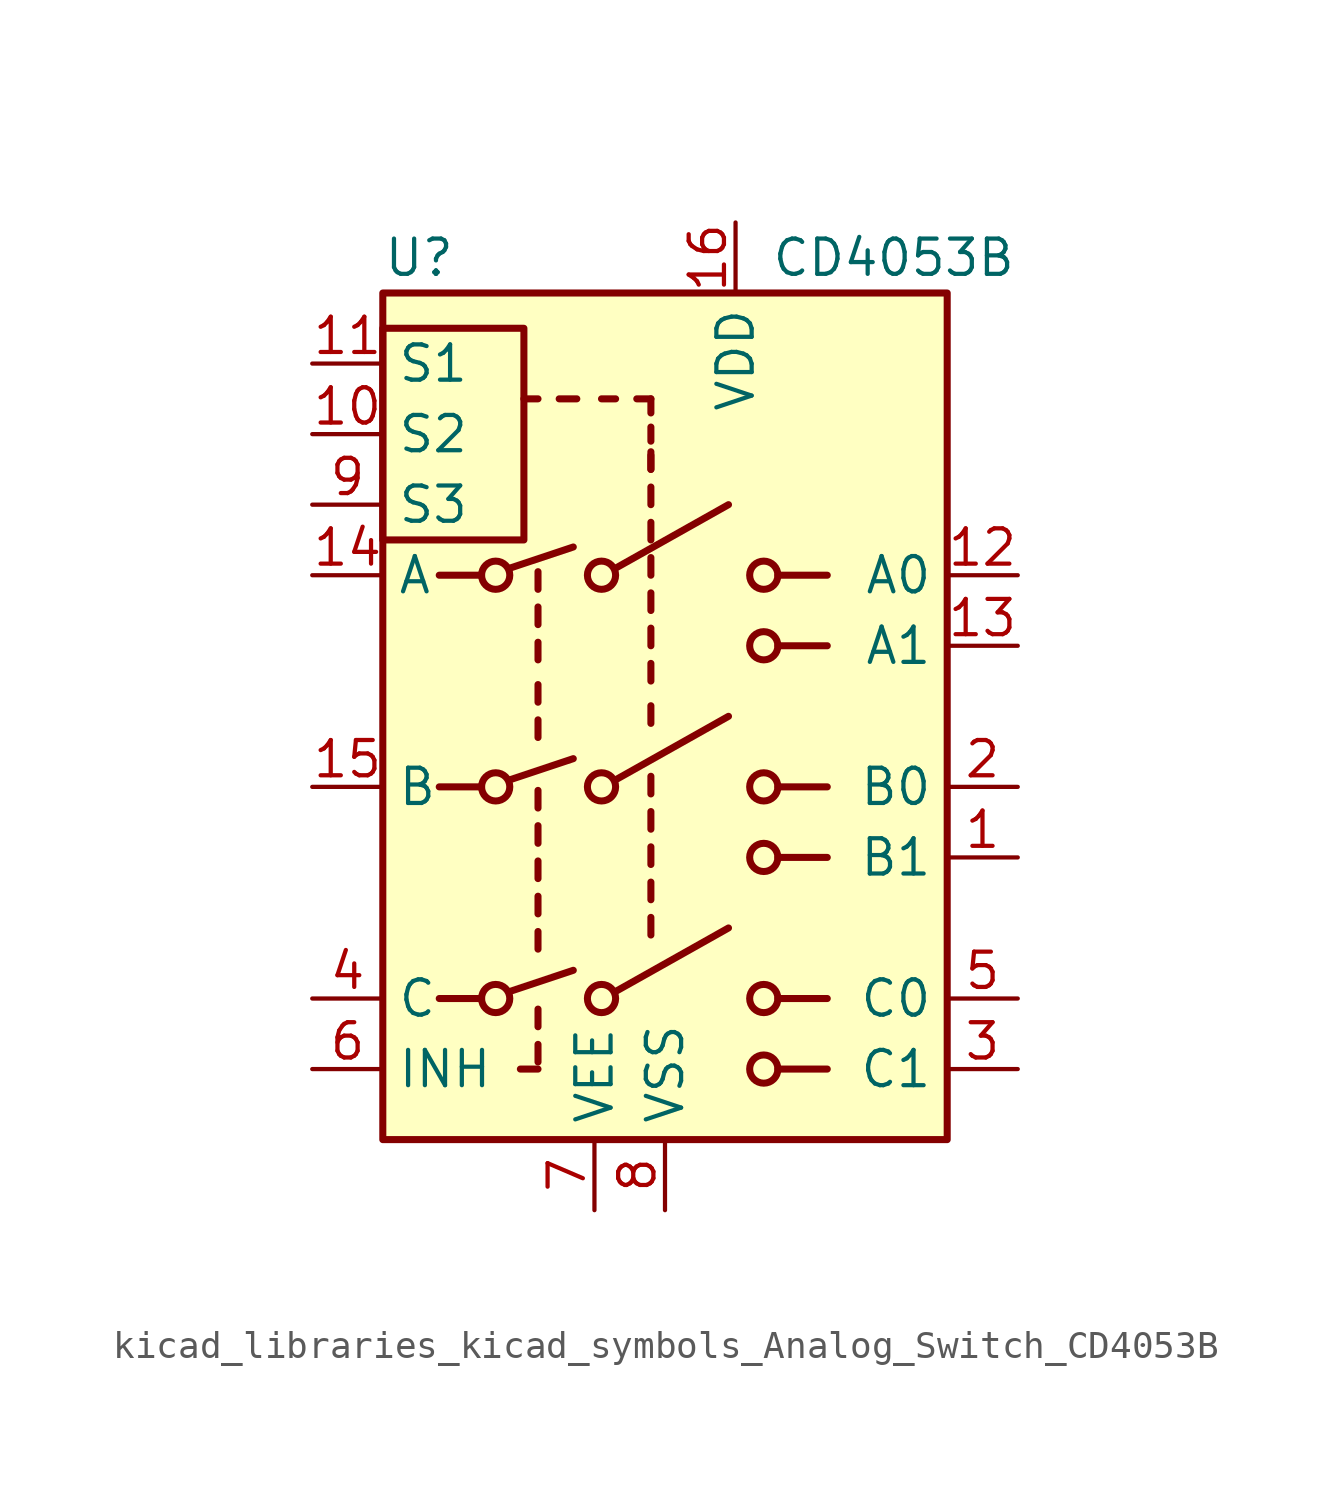
<source format=kicad_sym>
(kicad_symbol_lib
  (version 20220914)
  (generator kicad_symbol_editor)
  (symbol "kicad_libraries_kicad_symbols_Analog_Switch_CD4053B"
    (property "Reference" "U"
      (at -10.16 16.51 0)
      (effects (font (size 1.27 1.27)) (justify left)))
    (property "Value" "CD4053B"
      (at 3.81 16.51 0)
      (effects (font (size 1.27 1.27)) (justify left)))
    (symbol "kicad_libraries_kicad_symbols_Analog_Switch_CD4053B_0_1"
      (rectangle (start -10.16 6.35) (end -5.08 13.97) (stroke (width 0.254) (type default)) (fill (type none)))
      (rectangle (start -10.16 15.24) (end 10.16 -15.24) (stroke (width 0.254) (type default)) (fill (type background)))
      (circle (center -6.096 -10.16) (radius 0.508) (stroke (width 0.254) (type default)) (fill (type none)))
      (circle (center -6.096 -2.54) (radius 0.508) (stroke (width 0.254) (type default)) (fill (type none)))
      (circle (center -6.096 5.08) (radius 0.508) (stroke (width 0.254) (type default)) (fill (type none)))
      (circle (center -2.286 -10.16) (radius 0.508) (stroke (width 0.254) (type default)) (fill (type none)))
      (circle (center -2.286 -2.54) (radius 0.508) (stroke (width 0.254) (type default)) (fill (type none)))
      (circle (center -2.286 5.08) (radius 0.508) (stroke (width 0.254) (type default)) (fill (type none)))
      (polyline (pts (xy -8.128 -10.16) (xy -6.604 -10.16)) (stroke (width 0.254) (type default)) (fill (type none)))
      (polyline (pts (xy -8.128 -2.54) (xy -6.604 -2.54)) (stroke (width 0.254) (type default)) (fill (type none)))
      (polyline (pts (xy -8.128 5.08) (xy -6.604 5.08)) (stroke (width 0.254) (type default)) (fill (type none)))
      (polyline (pts (xy -5.588 -9.906) (xy -3.302 -9.144)) (stroke (width 0.254) (type default)) (fill (type none)))
      (polyline (pts (xy -5.588 -2.286) (xy -3.302 -1.524)) (stroke (width 0.254) (type default)) (fill (type none)))
      (polyline (pts (xy -5.588 5.334) (xy -3.302 6.096)) (stroke (width 0.254) (type default)) (fill (type none)))
      (polyline (pts (xy -4.572 -12.7) (xy -5.207 -12.7)) (stroke (width 0.254) (type default)) (fill (type none)))
      (polyline (pts (xy -4.572 -12.446) (xy -4.572 -11.811)) (stroke (width 0.254) (type default)) (fill (type none)))
      (polyline (pts (xy -4.572 -11.176) (xy -4.572 -10.541)) (stroke (width 0.254) (type default)) (fill (type none)))
      (polyline (pts (xy -4.572 -8.382) (xy -4.572 -7.747)) (stroke (width 0.254) (type default)) (fill (type none)))
      (polyline (pts (xy -4.572 -7.112) (xy -4.572 -6.477)) (stroke (width 0.254) (type default)) (fill (type none)))
      (polyline (pts (xy -4.572 -5.842) (xy -4.572 -5.207)) (stroke (width 0.254) (type default)) (fill (type none)))
      (polyline (pts (xy -4.572 -4.572) (xy -4.572 -3.937)) (stroke (width 0.254) (type default)) (fill (type none)))
      (polyline (pts (xy -4.572 -3.302) (xy -4.572 -2.667)) (stroke (width 0.254) (type default)) (fill (type none)))
      (polyline (pts (xy -4.572 -0.762) (xy -4.572 -0.127)) (stroke (width 0.254) (type default)) (fill (type none)))
      (polyline (pts (xy -4.572 0.508) (xy -4.572 1.143)) (stroke (width 0.254) (type default)) (fill (type none)))
      (polyline (pts (xy -4.572 2.032) (xy -4.572 2.667)) (stroke (width 0.254) (type default)) (fill (type none)))
      (polyline (pts (xy -4.572 3.302) (xy -4.572 3.937)) (stroke (width 0.254) (type default)) (fill (type none)))
      (polyline (pts (xy -4.572 4.572) (xy -4.572 5.207)) (stroke (width 0.254) (type default)) (fill (type none)))
      (polyline (pts (xy -4.572 11.43) (xy -5.08 11.43)) (stroke (width 0.254) (type default)) (fill (type none)))
      (polyline (pts (xy -3.81 11.43) (xy -3.175 11.43)) (stroke (width 0.254) (type default)) (fill (type none)))
      (polyline (pts (xy -1.778 -9.906) (xy 2.286 -7.62)) (stroke (width 0.254) (type default)) (fill (type none)))
      (polyline (pts (xy -1.778 -2.286) (xy 2.286 0)) (stroke (width 0.254) (type default)) (fill (type none)))
      (polyline (pts (xy -1.778 5.334) (xy 2.286 7.62)) (stroke (width 0.254) (type default)) (fill (type none)))
      (polyline (pts (xy -1.778 11.43) (xy -2.286 11.43)) (stroke (width 0.254) (type default)) (fill (type none)))
      (polyline (pts (xy -0.508 -7.874) (xy -0.508 -7.239)) (stroke (width 0.254) (type default)) (fill (type none)))
      (polyline (pts (xy -0.508 -6.604) (xy -0.508 -5.969)) (stroke (width 0.254) (type default)) (fill (type none)))
      (polyline (pts (xy -0.508 -5.334) (xy -0.508 -4.699)) (stroke (width 0.254) (type default)) (fill (type none)))
      (polyline (pts (xy -0.508 -4.064) (xy -0.508 -3.429)) (stroke (width 0.254) (type default)) (fill (type none)))
      (polyline (pts (xy -0.508 -2.794) (xy -0.508 -2.159)) (stroke (width 0.254) (type default)) (fill (type none)))
      (polyline (pts (xy -0.508 -0.254) (xy -0.508 0.381)) (stroke (width 0.254) (type default)) (fill (type none)))
      (polyline (pts (xy -0.508 1.27) (xy -0.508 1.905)) (stroke (width 0.254) (type default)) (fill (type none)))
      (polyline (pts (xy -0.508 2.54) (xy -0.508 3.175)) (stroke (width 0.254) (type default)) (fill (type none)))
      (polyline (pts (xy -0.508 3.81) (xy -0.508 4.445)) (stroke (width 0.254) (type default)) (fill (type none)))
      (polyline (pts (xy -0.508 5.08) (xy -0.508 5.715)) (stroke (width 0.254) (type default)) (fill (type none)))
      (polyline (pts (xy -0.508 6.35) (xy -0.508 6.985)) (stroke (width 0.254) (type default)) (fill (type none)))
      (polyline (pts (xy -0.508 7.62) (xy -0.508 8.255)) (stroke (width 0.254) (type default)) (fill (type none)))
      (polyline (pts (xy -0.508 8.89) (xy -0.508 9.398)) (stroke (width 0.254) (type default)) (fill (type none)))
      (polyline (pts (xy -0.508 8.89) (xy -0.508 9.525)) (stroke (width 0.254) (type default)) (fill (type none)))
      (polyline (pts (xy -0.508 9.906) (xy -0.508 10.414)) (stroke (width 0.254) (type default)) (fill (type none)))
      (polyline (pts (xy -0.508 10.922) (xy -0.508 11.43)) (stroke (width 0.254) (type default)) (fill (type none)))
      (polyline (pts (xy -0.508 11.43) (xy -1.016 11.43)) (stroke (width 0.254) (type default)) (fill (type none)))
      (polyline (pts (xy 4.064 -12.7) (xy 5.842 -12.7)) (stroke (width 0.254) (type default)) (fill (type none)))
      (polyline (pts (xy 4.064 -10.16) (xy 5.842 -10.16)) (stroke (width 0.254) (type default)) (fill (type none)))
      (polyline (pts (xy 4.064 -5.08) (xy 5.842 -5.08)) (stroke (width 0.254) (type default)) (fill (type none)))
      (polyline (pts (xy 4.064 -2.54) (xy 5.842 -2.54)) (stroke (width 0.254) (type default)) (fill (type none)))
      (polyline (pts (xy 4.064 2.54) (xy 5.842 2.54)) (stroke (width 0.254) (type default)) (fill (type none)))
      (polyline (pts (xy 4.064 5.08) (xy 5.842 5.08)) (stroke (width 0.254) (type default)) (fill (type none)))
      (circle (center 3.556 -12.7) (radius 0.508) (stroke (width 0.254) (type default)) (fill (type none)))
      (circle (center 3.556 -10.16) (radius 0.508) (stroke (width 0.254) (type default)) (fill (type none)))
      (circle (center 3.556 -5.08) (radius 0.508) (stroke (width 0.254) (type default)) (fill (type none)))
      (circle (center 3.556 -2.54) (radius 0.508) (stroke (width 0.254) (type default)) (fill (type none)))
      (circle (center 3.556 2.54) (radius 0.508) (stroke (width 0.254) (type default)) (fill (type none)))
      (circle (center 3.556 5.08) (radius 0.508) (stroke (width 0.254) (type default)) (fill (type none))))
    (symbol "kicad_libraries_kicad_symbols_Analog_Switch_CD4053B_1_1"
      (pin bidirectional line (at 12.7 -5.08 180) (length 2.54) (name "B1" (effects (font (size 1.27 1.27)))) (number "1" (effects (font (size 1.27 1.27)))))
      (pin input line (at -12.7 10.16 0) (length 2.54) (name "S2" (effects (font (size 1.27 1.27)))) (number "10" (effects (font (size 1.27 1.27)))))
      (pin input line (at -12.7 12.7 0) (length 2.54) (name "S1" (effects (font (size 1.27 1.27)))) (number "11" (effects (font (size 1.27 1.27)))))
      (pin bidirectional line (at 12.7 5.08 180) (length 2.54) (name "A0" (effects (font (size 1.27 1.27)))) (number "12" (effects (font (size 1.27 1.27)))))
      (pin bidirectional line (at 12.7 2.54 180) (length 2.54) (name "A1" (effects (font (size 1.27 1.27)))) (number "13" (effects (font (size 1.27 1.27)))))
      (pin bidirectional line (at -12.7 5.08 0) (length 2.54) (name "A" (effects (font (size 1.27 1.27)))) (number "14" (effects (font (size 1.27 1.27)))))
      (pin bidirectional line (at -12.7 -2.54 0) (length 2.54) (name "B" (effects (font (size 1.27 1.27)))) (number "15" (effects (font (size 1.27 1.27)))))
      (pin power_in line (at 2.54 17.78 270) (length 2.54) (name "VDD" (effects (font (size 1.27 1.27)))) (number "16" (effects (font (size 1.27 1.27)))))
      (pin bidirectional line (at 12.7 -2.54 180) (length 2.54) (name "B0" (effects (font (size 1.27 1.27)))) (number "2" (effects (font (size 1.27 1.27)))))
      (pin bidirectional line (at 12.7 -12.7 180) (length 2.54) (name "C1" (effects (font (size 1.27 1.27)))) (number "3" (effects (font (size 1.27 1.27)))))
      (pin bidirectional line (at -12.7 -10.16 0) (length 2.54) (name "C" (effects (font (size 1.27 1.27)))) (number "4" (effects (font (size 1.27 1.27)))))
      (pin bidirectional line (at 12.7 -10.16 180) (length 2.54) (name "C0" (effects (font (size 1.27 1.27)))) (number "5" (effects (font (size 1.27 1.27)))))
      (pin input line (at -12.7 -12.7 0) (length 2.54) (name "INH" (effects (font (size 1.27 1.27)))) (number "6" (effects (font (size 1.27 1.27)))))
      (pin power_in line (at -2.54 -17.78 90) (length 2.54) (name "VEE" (effects (font (size 1.27 1.27)))) (number "7" (effects (font (size 1.27 1.27)))))
      (pin power_in line (at 0 -17.78 90) (length 2.54) (name "VSS" (effects (font (size 1.27 1.27)))) (number "8" (effects (font (size 1.27 1.27)))))
      (pin input line (at -12.7 7.62 0) (length 2.54) (name "S3" (effects (font (size 1.27 1.27)))) (number "9" (effects (font (size 1.27 1.27))))))))
</source>
